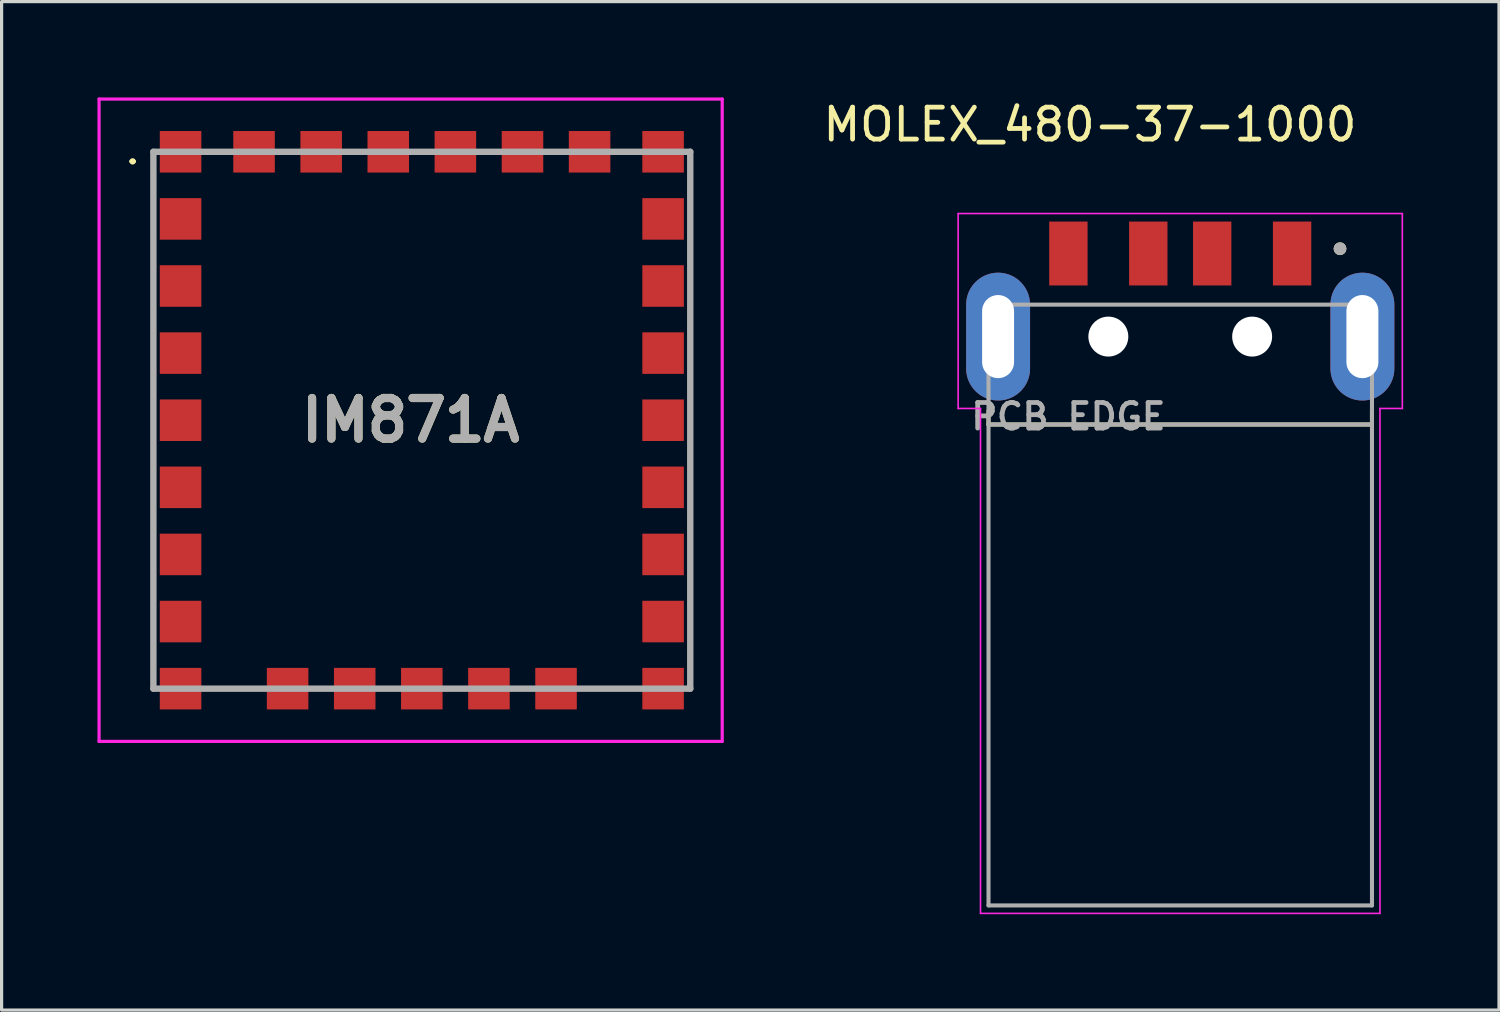
<source format=kicad_pcb>
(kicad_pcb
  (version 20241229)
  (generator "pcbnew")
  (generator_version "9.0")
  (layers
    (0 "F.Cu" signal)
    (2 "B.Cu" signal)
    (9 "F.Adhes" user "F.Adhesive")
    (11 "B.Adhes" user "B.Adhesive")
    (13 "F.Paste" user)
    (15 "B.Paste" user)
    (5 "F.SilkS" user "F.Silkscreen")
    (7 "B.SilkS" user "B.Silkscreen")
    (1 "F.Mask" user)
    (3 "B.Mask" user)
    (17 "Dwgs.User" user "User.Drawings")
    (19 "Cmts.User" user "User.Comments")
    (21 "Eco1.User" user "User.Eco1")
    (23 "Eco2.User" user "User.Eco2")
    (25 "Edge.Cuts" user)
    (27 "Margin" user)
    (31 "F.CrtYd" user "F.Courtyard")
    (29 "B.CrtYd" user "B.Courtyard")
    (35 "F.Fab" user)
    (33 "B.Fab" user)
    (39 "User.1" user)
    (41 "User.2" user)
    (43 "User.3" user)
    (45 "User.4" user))
  (footprint "IM871A"
    (layer "F.Cu")
    (at 10.15 10.1)
    (property "Reference" "IM871A" (at -0.35 0 0) (layer "F.SilkS") (effects (font (size 1.27 1.27) (thickness 0.254))))
    (attr smd)
    (fp_line (start -9.1 -8.1) (end -9.1 -8.1) (stroke (width 0.1) (type solid)) (layer "F.SilkS"))
    (fp_line (start -9 -8.1) (end -9 -8.1) (stroke (width 0.1) (type solid)) (layer "F.SilkS"))
    (fp_arc (start -9.1 -8.1) (mid -9.05 -8.15) (end -9 -8.1) (stroke (width 0.1) (type solid)) (layer "F.SilkS"))
    (fp_arc (start -9 -8.1) (mid -9.05 -8.05) (end -9.1 -8.1) (stroke (width 0.1) (type solid)) (layer "F.SilkS"))
    (fp_line (start -10.1 -10.05) (end 9.4 -10.05) (stroke (width 0.1) (type solid)) (layer "F.CrtYd"))
    (fp_line (start -10.1 10.05) (end -10.1 -10.05) (stroke (width 0.1) (type solid)) (layer "F.CrtYd"))
    (fp_line (start 9.4 -10.05) (end 9.4 10.05) (stroke (width 0.1) (type solid)) (layer "F.CrtYd"))
    (fp_line (start 9.4 10.05) (end -10.1 10.05) (stroke (width 0.1) (type solid)) (layer "F.CrtYd"))
    (fp_line (start -8.4 -8.4) (end 8.4 -8.4) (stroke (width 0.2) (type solid)) (layer "F.Fab"))
    (fp_line (start -8.4 8.4) (end -8.4 -8.4) (stroke (width 0.2) (type solid)) (layer "F.Fab"))
    (fp_line (start 8.4 -8.4) (end 8.4 8.4) (stroke (width 0.2) (type solid)) (layer "F.Fab"))
    (fp_line (start 8.4 8.4) (end -8.4 8.4) (stroke (width 0.2) (type solid)) (layer "F.Fab"))
    (fp_text user "${REFERENCE}" (at -0.35 0 0) (layer "F.Fab") (effects (font (size 1.27 1.27) (thickness 0.254))))
    (pad "1" smd rect (at -7.55 -8.4 90) (size 1.3 1.3) (layers "F.Cu" "F.Mask" "F.Paste"))
    (pad "2" smd rect (at -7.55 -6.3 90) (size 1.3 1.3) (layers "F.Cu" "F.Mask" "F.Paste"))
    (pad "3" smd rect (at -7.55 -4.2 90) (size 1.3 1.3) (layers "F.Cu" "F.Mask" "F.Paste"))
    (pad "4" smd rect (at -7.55 -2.1 90) (size 1.3 1.3) (layers "F.Cu" "F.Mask" "F.Paste"))
    (pad "5" smd rect (at -7.55 0 90) (size 1.3 1.3) (layers "F.Cu" "F.Mask" "F.Paste"))
    (pad "6" smd rect (at -7.55 2.1 90) (size 1.3 1.3) (layers "F.Cu" "F.Mask" "F.Paste"))
    (pad "7" smd rect (at -7.55 4.2 90) (size 1.3 1.3) (layers "F.Cu" "F.Mask" "F.Paste"))
    (pad "8" smd rect (at -7.55 6.3 90) (size 1.3 1.3) (layers "F.Cu" "F.Mask" "F.Paste"))
    (pad "9" smd rect (at -7.55 8.4 90) (size 1.3 1.3) (layers "F.Cu" "F.Mask" "F.Paste"))
    (pad "10" smd rect (at -4.2 8.4 90) (size 1.3 1.3) (layers "F.Cu" "F.Mask" "F.Paste"))
    (pad "11" smd rect (at -2.1 8.4 90) (size 1.3 1.3) (layers "F.Cu" "F.Mask" "F.Paste"))
    (pad "12" smd rect (at 0 8.4 90) (size 1.3 1.3) (layers "F.Cu" "F.Mask" "F.Paste"))
    (pad "13" smd rect (at 2.1 8.4 90) (size 1.3 1.3) (layers "F.Cu" "F.Mask" "F.Paste"))
    (pad "14" smd rect (at 4.2 8.4 90) (size 1.3 1.3) (layers "F.Cu" "F.Mask" "F.Paste"))
    (pad "15" smd rect (at 7.55 8.4 90) (size 1.3 1.3) (layers "F.Cu" "F.Mask" "F.Paste"))
    (pad "16" smd rect (at 7.55 6.3 90) (size 1.3 1.3) (layers "F.Cu" "F.Mask" "F.Paste"))
    (pad "17" smd rect (at 7.55 4.2 90) (size 1.3 1.3) (layers "F.Cu" "F.Mask" "F.Paste"))
    (pad "18" smd rect (at 7.55 2.1 90) (size 1.3 1.3) (layers "F.Cu" "F.Mask" "F.Paste"))
    (pad "19" smd rect (at 7.55 0 90) (size 1.3 1.3) (layers "F.Cu" "F.Mask" "F.Paste"))
    (pad "20" smd rect (at 7.55 -2.1 90) (size 1.3 1.3) (layers "F.Cu" "F.Mask" "F.Paste"))
    (pad "21" smd rect (at 7.55 -4.2 90) (size 1.3 1.3) (layers "F.Cu" "F.Mask" "F.Paste"))
    (pad "22" smd rect (at 7.55 -6.3 90) (size 1.3 1.3) (layers "F.Cu" "F.Mask" "F.Paste"))
    (pad "23" smd rect (at 7.55 -8.4 90) (size 1.3 1.3) (layers "F.Cu" "F.Mask" "F.Paste"))
    (pad "24" smd rect (at 5.25 -8.4 90) (size 1.3 1.3) (layers "F.Cu" "F.Mask" "F.Paste"))
    (pad "25" smd rect (at 3.15 -8.4 90) (size 1.3 1.3) (layers "F.Cu" "F.Mask" "F.Paste"))
    (pad "26" smd rect (at 1.05 -8.4 90) (size 1.3 1.3) (layers "F.Cu" "F.Mask" "F.Paste"))
    (pad "27" smd rect (at -1.05 -8.4 90) (size 1.3 1.3) (layers "F.Cu" "F.Mask" "F.Paste"))
    (pad "28" smd rect (at -3.15 -8.4 90) (size 1.3 1.3) (layers "F.Cu" "F.Mask" "F.Paste"))
    (pad "29" smd rect (at -5.25 -8.4 90) (size 1.3 1.3) (layers "F.Cu" "F.Mask" "F.Paste")))
  (footprint "MOLEX_480-37-1000"
    (layer "F.Cu")
    (at 33.883 7.483)
    (property "Reference" "MOLEX_480-37-1000" (at -2.825 -6.635 0) (layer "F.SilkS") (effects (font (size 1 1) (thickness 0.15))))
    (attr through_hole)
    (fp_line (start -6 2.75) (end -6 2.32) (stroke (width 0.127) (type solid)) (layer "F.SilkS"))
    (fp_line (start 6 2.32) (end 6 2.75) (stroke (width 0.127) (type solid)) (layer "F.SilkS"))
    (fp_line (start 6 2.75) (end -6 2.75) (stroke (width 0.127) (type solid)) (layer "F.SilkS"))
    (fp_circle (center 5 -2.75) (end 5.1 -2.75) (stroke (width 0.2) (type solid)) (fill no) (layer "F.SilkS"))
    (fp_line (start -6.95 -3.85) (end 6.95 -3.85) (stroke (width 0.05) (type solid)) (layer "F.CrtYd"))
    (fp_line (start -6.95 2.25) (end -6.95 -3.85) (stroke (width 0.05) (type solid)) (layer "F.CrtYd"))
    (fp_line (start -6.25 2.25) (end -6.95 2.25) (stroke (width 0.05) (type solid)) (layer "F.CrtYd"))
    (fp_line (start -6.25 18.05) (end -6.25 2.25) (stroke (width 0.05) (type solid)) (layer "F.CrtYd"))
    (fp_line (start 6.25 2.25) (end 6.25 18.05) (stroke (width 0.05) (type solid)) (layer "F.CrtYd"))
    (fp_line (start 6.25 18.05) (end -6.25 18.05) (stroke (width 0.05) (type solid)) (layer "F.CrtYd"))
    (fp_line (start 6.95 -3.85) (end 6.95 2.25) (stroke (width 0.05) (type solid)) (layer "F.CrtYd"))
    (fp_line (start 6.95 2.25) (end 6.25 2.25) (stroke (width 0.05) (type solid)) (layer "F.CrtYd"))
    (fp_line (start -6 -1) (end 6 -1) (stroke (width 0.127) (type solid)) (layer "F.Fab"))
    (fp_line (start -6 2.75) (end -6 -1) (stroke (width 0.127) (type solid)) (layer "F.Fab"))
    (fp_line (start -6 17.8) (end -6 2.75) (stroke (width 0.127) (type solid)) (layer "F.Fab"))
    (fp_line (start 6 -1) (end 6 2.75) (stroke (width 0.127) (type solid)) (layer "F.Fab"))
    (fp_line (start 6 2.75) (end -6 2.75) (stroke (width 0.127) (type solid)) (layer "F.Fab"))
    (fp_line (start 6 2.75) (end 6 17.8) (stroke (width 0.127) (type solid)) (layer "F.Fab"))
    (fp_line (start 6 17.8) (end -6 17.8) (stroke (width 0.127) (type solid)) (layer "F.Fab"))
    (fp_circle (center 5 -2.75) (end 5.1 -2.75) (stroke (width 0.2) (type solid)) (fill no) (layer "F.Fab"))
    (fp_text user "PCB EDGE" (at -3.5 2.5 0) (layer "F.Fab") (effects (font (size 0.8 0.8) (thickness 0.15))))
    (pad "" np_thru_hole circle (at -2.25 0) (size 1.25 1.25) (drill 1.25) (layers "*.Cu" "*.Mask"))
    (pad "" np_thru_hole circle (at 2.25 0) (size 1.25 1.25) (drill 1.25) (layers "*.Cu" "*.Mask"))
    (pad "1" smd rect (at 3.5 -2.6) (size 1.2 2) (layers "F.Cu" "F.Mask" "F.Paste"))
    (pad "2" smd rect (at 1 -2.6) (size 1.2 2) (layers "F.Cu" "F.Mask" "F.Paste"))
    (pad "3" smd rect (at -1 -2.6) (size 1.2 2) (layers "F.Cu" "F.Mask" "F.Paste"))
    (pad "4" smd rect (at -3.5 -2.6) (size 1.2 2) (layers "F.Cu" "F.Mask" "F.Paste"))
    (pad "S1" thru_hole oval (at -5.7 0) (size 2 4) (drill oval 1 2.6) (layers "*.Cu" "*.Mask"))
    (pad "S2" thru_hole oval (at 5.7 0) (size 2 4) (drill oval 1 2.6) (layers "*.Cu" "*.Mask")))
  (gr_rect
    (start -3 -3)
    (end 43.858 28.558)
    (stroke (width 0.1) (type default))
    (fill no)
    (layer "Edge.Cuts")))
</source>
